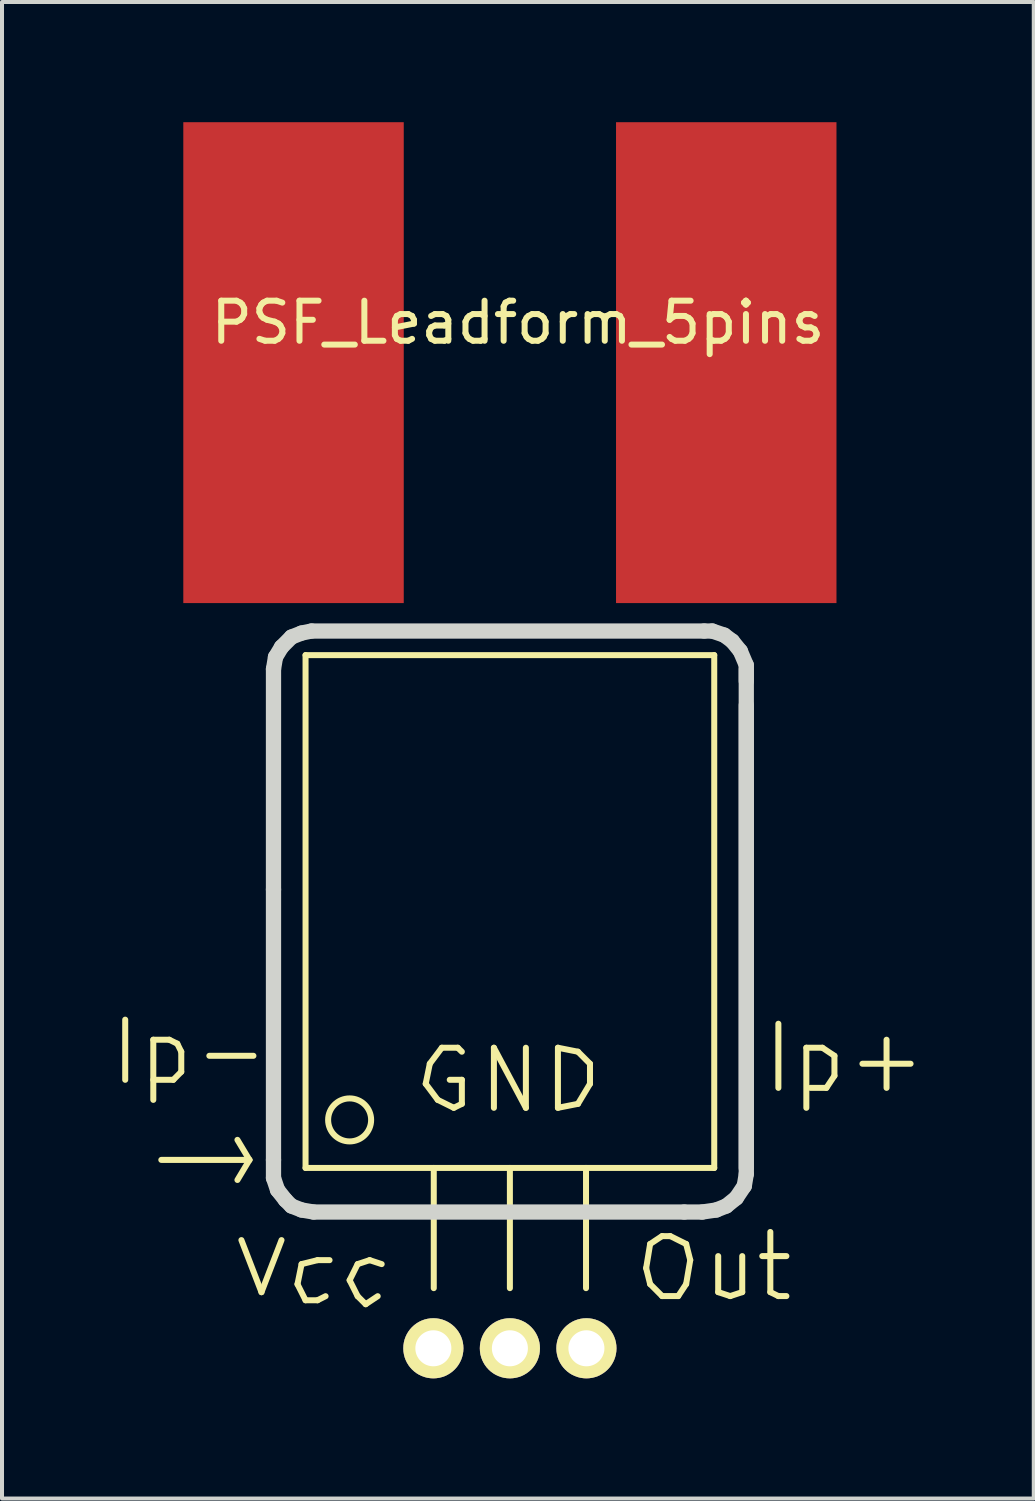
<source format=kicad_pcb>
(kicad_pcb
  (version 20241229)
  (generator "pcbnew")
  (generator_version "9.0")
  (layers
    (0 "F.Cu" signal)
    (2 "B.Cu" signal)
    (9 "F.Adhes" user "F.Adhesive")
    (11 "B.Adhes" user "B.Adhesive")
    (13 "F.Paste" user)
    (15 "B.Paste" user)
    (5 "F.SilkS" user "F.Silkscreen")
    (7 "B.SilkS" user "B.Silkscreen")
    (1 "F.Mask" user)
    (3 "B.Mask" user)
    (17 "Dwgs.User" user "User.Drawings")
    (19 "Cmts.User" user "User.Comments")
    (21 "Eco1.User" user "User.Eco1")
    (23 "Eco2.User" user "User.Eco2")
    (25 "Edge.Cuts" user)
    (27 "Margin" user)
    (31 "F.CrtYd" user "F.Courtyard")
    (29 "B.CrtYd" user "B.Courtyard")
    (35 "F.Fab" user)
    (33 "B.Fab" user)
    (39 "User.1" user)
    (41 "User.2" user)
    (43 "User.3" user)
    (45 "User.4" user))
  (footprint "PSF_Leadform_5pins"
    (layer "F.Cu")
    (at 9.676 19.9)
    (property "Reference" "PSF_Leadform_5pins" (at 0.201 -14.9 0) (layer "F.SilkS") (effects (font (size 1 1) (thickness 0.15))))
    (attr through_hole)
    (fp_line (start -9.601 2.499) (end -9.601 4) (stroke (width 0.15) (type solid)) (layer "F.SilkS"))
    (fp_line (start -8.9 3) (end -8.9 4.501) (stroke (width 0.15) (type solid)) (layer "F.SilkS"))
    (fp_line (start -8.9 3) (end -8.501 3) (stroke (width 0.15) (type solid)) (layer "F.SilkS"))
    (fp_line (start -8.501 3) (end -8.301 3.099) (stroke (width 0.15) (type solid)) (layer "F.SilkS"))
    (fp_line (start -8.4 4) (end -8.9 4) (stroke (width 0.15) (type solid)) (layer "F.SilkS"))
    (fp_line (start -8.301 3.099) (end -8.202 3.299) (stroke (width 0.15) (type solid)) (layer "F.SilkS"))
    (fp_line (start -8.202 3.299) (end -8.202 3.8) (stroke (width 0.15) (type solid)) (layer "F.SilkS"))
    (fp_line (start -8.202 3.8) (end -8.4 4) (stroke (width 0.15) (type solid)) (layer "F.SilkS"))
    (fp_line (start -6.701 8.001) (end -6.2 9.301) (stroke (width 0.15) (type solid)) (layer "F.SilkS"))
    (fp_line (start -6.5 5.999) (end -8.7 5.999) (stroke (width 0.15) (type solid)) (layer "F.SilkS"))
    (fp_line (start -6.5 5.999) (end -6.8 5.499) (stroke (width 0.15) (type solid)) (layer "F.SilkS"))
    (fp_line (start -6.5 5.999) (end -6.8 6.5) (stroke (width 0.15) (type solid)) (layer "F.SilkS"))
    (fp_line (start -6.401 3.401) (end -7.501 3.401) (stroke (width 0.15) (type solid)) (layer "F.SilkS"))
    (fp_line (start -6.2 9.301) (end -5.7 8.001) (stroke (width 0.15) (type solid)) (layer "F.SilkS"))
    (fp_line (start -5.301 9.101) (end -5.1 9.502) (stroke (width 0.15) (type solid)) (layer "F.SilkS"))
    (fp_line (start -5.199 8.6) (end -5.301 9.101) (stroke (width 0.15) (type solid)) (layer "F.SilkS"))
    (fp_line (start -5.1 -6.599) (end 5.1 -6.599) (stroke (width 0.15) (type solid)) (layer "F.SilkS"))
    (fp_line (start -5.1 6.2) (end -5.1 -6.599) (stroke (width 0.15) (type solid)) (layer "F.SilkS"))
    (fp_line (start -5.1 9.502) (end -4.801 9.502) (stroke (width 0.15) (type solid)) (layer "F.SilkS"))
    (fp_line (start -4.801 8.501) (end -5.199 8.6) (stroke (width 0.15) (type solid)) (layer "F.SilkS"))
    (fp_line (start -4.801 9.502) (end -4.6 9.401) (stroke (width 0.15) (type solid)) (layer "F.SilkS"))
    (fp_line (start -4.501 8.501) (end -4.801 8.501) (stroke (width 0.15) (type solid)) (layer "F.SilkS"))
    (fp_line (start -4 9.002) (end -3.8 9.401) (stroke (width 0.15) (type solid)) (layer "F.SilkS"))
    (fp_line (start -3.8 8.6) (end -4 9.002) (stroke (width 0.15) (type solid)) (layer "F.SilkS"))
    (fp_line (start -3.8 9.401) (end -3.599 9.601) (stroke (width 0.15) (type solid)) (layer "F.SilkS"))
    (fp_line (start -3.599 9.601) (end -3.299 9.401) (stroke (width 0.15) (type solid)) (layer "F.SilkS"))
    (fp_line (start -3.5 8.501) (end -3.8 8.6) (stroke (width 0.15) (type solid)) (layer "F.SilkS"))
    (fp_line (start -3.2 8.6) (end -3.5 8.501) (stroke (width 0.15) (type solid)) (layer "F.SilkS"))
    (fp_line (start -2.101 4.1) (end -1.801 4.501) (stroke (width 0.15) (type solid)) (layer "F.SilkS"))
    (fp_line (start -1.999 3.599) (end -2.101 4.1) (stroke (width 0.15) (type solid)) (layer "F.SilkS"))
    (fp_line (start -1.9 6.2) (end -1.9 9.2) (stroke (width 0.15) (type solid)) (layer "F.SilkS"))
    (fp_line (start -1.801 4.501) (end -1.4 4.699) (stroke (width 0.15) (type solid)) (layer "F.SilkS"))
    (fp_line (start -1.699 3.2) (end -1.999 3.599) (stroke (width 0.15) (type solid)) (layer "F.SilkS"))
    (fp_line (start -1.4 4.699) (end -1.199 4.6) (stroke (width 0.15) (type solid)) (layer "F.SilkS"))
    (fp_line (start -1.3 3.2) (end -1.699 3.2) (stroke (width 0.15) (type solid)) (layer "F.SilkS"))
    (fp_line (start -1.199 3.299) (end -1.3 3.2) (stroke (width 0.15) (type solid)) (layer "F.SilkS"))
    (fp_line (start -1.199 4) (end -1.501 4) (stroke (width 0.15) (type solid)) (layer "F.SilkS"))
    (fp_line (start -1.199 4.6) (end -1.199 4) (stroke (width 0.15) (type solid)) (layer "F.SilkS"))
    (fp_line (start -0.399 3.2) (end 0.399 4.699) (stroke (width 0.15) (type solid)) (layer "F.SilkS"))
    (fp_line (start -0.399 4.699) (end -0.399 3.2) (stroke (width 0.15) (type solid)) (layer "F.SilkS"))
    (fp_line (start 0 6.2) (end 0 9.2) (stroke (width 0.15) (type solid)) (layer "F.SilkS"))
    (fp_line (start 0.399 4.699) (end 0.399 3.2) (stroke (width 0.15) (type solid)) (layer "F.SilkS"))
    (fp_line (start 1.199 3.2) (end 1.199 4.699) (stroke (width 0.15) (type solid)) (layer "F.SilkS"))
    (fp_line (start 1.199 4.699) (end 1.699 4.6) (stroke (width 0.15) (type solid)) (layer "F.SilkS"))
    (fp_line (start 1.699 3.299) (end 1.199 3.2) (stroke (width 0.15) (type solid)) (layer "F.SilkS"))
    (fp_line (start 1.699 4.6) (end 1.999 4.1) (stroke (width 0.15) (type solid)) (layer "F.SilkS"))
    (fp_line (start 1.9 6.2) (end 1.9 9.2) (stroke (width 0.15) (type solid)) (layer "F.SilkS"))
    (fp_line (start 1.999 3.599) (end 1.699 3.299) (stroke (width 0.15) (type solid)) (layer "F.SilkS"))
    (fp_line (start 1.999 4.1) (end 1.999 3.599) (stroke (width 0.15) (type solid)) (layer "F.SilkS"))
    (fp_line (start 3.401 8.7) (end 3.5 9.098) (stroke (width 0.15) (type solid)) (layer "F.SilkS"))
    (fp_line (start 3.5 8.098) (end 3.401 8.7) (stroke (width 0.15) (type solid)) (layer "F.SilkS"))
    (fp_line (start 3.5 9.098) (end 3.8 9.398) (stroke (width 0.15) (type solid)) (layer "F.SilkS"))
    (fp_line (start 3.8 7.899) (end 3.5 8.098) (stroke (width 0.15) (type solid)) (layer "F.SilkS"))
    (fp_line (start 3.8 9.398) (end 4.201 9.398) (stroke (width 0.15) (type solid)) (layer "F.SilkS"))
    (fp_line (start 4 7.902) (end 3.8 7.902) (stroke (width 0.15) (type solid)) (layer "F.SilkS"))
    (fp_line (start 4.201 9.398) (end 4.399 9.098) (stroke (width 0.15) (type solid)) (layer "F.SilkS"))
    (fp_line (start 4.399 8.098) (end 4 7.899) (stroke (width 0.15) (type solid)) (layer "F.SilkS"))
    (fp_line (start 4.399 9.098) (end 4.501 8.499) (stroke (width 0.15) (type solid)) (layer "F.SilkS"))
    (fp_line (start 4.501 8.499) (end 4.399 8.098) (stroke (width 0.15) (type solid)) (layer "F.SilkS"))
    (fp_line (start 5.1 -6.599) (end 5.1 6.2) (stroke (width 0.15) (type solid)) (layer "F.SilkS"))
    (fp_line (start 5.1 6.2) (end -5.1 6.2) (stroke (width 0.15) (type solid)) (layer "F.SilkS"))
    (fp_line (start 5.199 8.4) (end 5.199 9.299) (stroke (width 0.15) (type solid)) (layer "F.SilkS"))
    (fp_line (start 5.199 9.299) (end 5.499 9.398) (stroke (width 0.15) (type solid)) (layer "F.SilkS"))
    (fp_line (start 5.499 9.398) (end 5.799 9.299) (stroke (width 0.15) (type solid)) (layer "F.SilkS"))
    (fp_line (start 5.799 9.299) (end 5.799 8.4) (stroke (width 0.15) (type solid)) (layer "F.SilkS"))
    (fp_line (start 6.5 7.798) (end 6.5 9.299) (stroke (width 0.15) (type solid)) (layer "F.SilkS"))
    (fp_line (start 6.5 9.299) (end 6.701 9.398) (stroke (width 0.15) (type solid)) (layer "F.SilkS"))
    (fp_line (start 6.701 2.601) (end 6.701 4.201) (stroke (width 0.15) (type solid)) (layer "F.SilkS"))
    (fp_line (start 6.701 9.398) (end 6.901 9.398) (stroke (width 0.15) (type solid)) (layer "F.SilkS"))
    (fp_line (start 6.901 8.4) (end 6.299 8.4) (stroke (width 0.15) (type solid)) (layer "F.SilkS"))
    (fp_line (start 7.399 3.2) (end 7.399 4.699) (stroke (width 0.15) (type solid)) (layer "F.SilkS"))
    (fp_line (start 7.399 3.2) (end 7.8 3.2) (stroke (width 0.15) (type solid)) (layer "F.SilkS"))
    (fp_line (start 7.8 3.2) (end 8.1 3.401) (stroke (width 0.15) (type solid)) (layer "F.SilkS"))
    (fp_line (start 7.899 4.201) (end 7.501 4.201) (stroke (width 0.15) (type solid)) (layer "F.SilkS"))
    (fp_line (start 8.1 3.401) (end 8.1 3.899) (stroke (width 0.15) (type solid)) (layer "F.SilkS"))
    (fp_line (start 8.1 3.899) (end 7.899 4.201) (stroke (width 0.15) (type solid)) (layer "F.SilkS"))
    (fp_line (start 9.401 3) (end 9.401 4.201) (stroke (width 0.15) (type solid)) (layer "F.SilkS"))
    (fp_line (start 10 3.599) (end 8.799 3.599) (stroke (width 0.15) (type solid)) (layer "F.SilkS"))
    (fp_circle (center -4 5.001) (end -3.8 5.499) (stroke (width 0.15) (type solid)) (fill no) (layer "F.SilkS"))
    (fp_line (start -5.9 -6.251) (end -5.85 -6.551) (stroke (width 0.381) (type solid)) (layer "Edge.Cuts"))
    (fp_line (start -5.9 -0.749) (end -5.9 -6.251) (stroke (width 0.381) (type solid)) (layer "Edge.Cuts"))
    (fp_line (start -5.9 5.999) (end -5.9 -0.749) (stroke (width 0.381) (type solid)) (layer "Edge.Cuts"))
    (fp_line (start -5.9 6.449) (end -5.9 5.999) (stroke (width 0.381) (type solid)) (layer "Edge.Cuts"))
    (fp_line (start -5.85 -6.551) (end -5.7 -6.8) (stroke (width 0.381) (type solid)) (layer "Edge.Cuts"))
    (fp_line (start -5.799 6.749) (end -5.9 6.449) (stroke (width 0.381) (type solid)) (layer "Edge.Cuts"))
    (fp_line (start -5.7 -6.8) (end -5.451 -7.051) (stroke (width 0.381) (type solid)) (layer "Edge.Cuts"))
    (fp_line (start -5.601 7) (end -5.799 6.749) (stroke (width 0.381) (type solid)) (layer "Edge.Cuts"))
    (fp_line (start -5.451 -7.051) (end -5.199 -7.15) (stroke (width 0.381) (type solid)) (layer "Edge.Cuts"))
    (fp_line (start -5.451 7.15) (end -5.601 7) (stroke (width 0.381) (type solid)) (layer "Edge.Cuts"))
    (fp_line (start -5.199 -7.15) (end -4.95 -7.201) (stroke (width 0.381) (type solid)) (layer "Edge.Cuts"))
    (fp_line (start -5.199 7.249) (end -5.451 7.15) (stroke (width 0.381) (type solid)) (layer "Edge.Cuts"))
    (fp_line (start -4.95 -7.201) (end 4.849 -7.201) (stroke (width 0.381) (type solid)) (layer "Edge.Cuts"))
    (fp_line (start -4.9 7.3) (end -5.199 7.249) (stroke (width 0.381) (type solid)) (layer "Edge.Cuts"))
    (fp_line (start 4.351 7.3) (end -4.9 7.3) (stroke (width 0.381) (type solid)) (layer "Edge.Cuts"))
    (fp_line (start 4.801 7.3) (end 4.351 7.3) (stroke (width 0.381) (type solid)) (layer "Edge.Cuts"))
    (fp_line (start 4.849 -7.201) (end 5.05 -7.201) (stroke (width 0.381) (type solid)) (layer "Edge.Cuts"))
    (fp_line (start 5.05 -7.201) (end 5.349 -7.099) (stroke (width 0.381) (type solid)) (layer "Edge.Cuts"))
    (fp_line (start 5.151 7.249) (end 4.801 7.3) (stroke (width 0.381) (type solid)) (layer "Edge.Cuts"))
    (fp_line (start 5.349 -7.099) (end 5.55 -6.949) (stroke (width 0.381) (type solid)) (layer "Edge.Cuts"))
    (fp_line (start 5.4 7.15) (end 5.151 7.249) (stroke (width 0.381) (type solid)) (layer "Edge.Cuts"))
    (fp_line (start 5.55 -6.949) (end 5.751 -6.701) (stroke (width 0.381) (type solid)) (layer "Edge.Cuts"))
    (fp_line (start 5.649 6.949) (end 5.4 7.15) (stroke (width 0.381) (type solid)) (layer "Edge.Cuts"))
    (fp_line (start 5.751 -6.701) (end 5.9 -6.35) (stroke (width 0.381) (type solid)) (layer "Edge.Cuts"))
    (fp_line (start 5.85 6.65) (end 5.649 6.949) (stroke (width 0.381) (type solid)) (layer "Edge.Cuts"))
    (fp_line (start 5.9 -6.35) (end 5.9 -5.951) (stroke (width 0.381) (type solid)) (layer "Edge.Cuts"))
    (fp_line (start 5.9 -6.251) (end 5.9 6.35) (stroke (width 0.381) (type solid)) (layer "Edge.Cuts"))
    (fp_line (start 5.9 -5.349) (end 5.9 6.2) (stroke (width 0.381) (type solid)) (layer "Edge.Cuts"))
    (fp_line (start 5.9 6.35) (end 5.85 6.65) (stroke (width 0.381) (type solid)) (layer "Edge.Cuts"))
    (pad "1" thru_hole circle (at -1.91 10.701) (size 1.501 1.501) (drill 0.899) (layers "*.Cu" "*.Mask" "F.SilkS"))
    (pad "2" thru_hole circle (at 0 10.701) (size 1.501 1.501) (drill 0.899) (layers "*.Cu" "*.Mask" "F.SilkS"))
    (pad "3" thru_hole circle (at 1.91 10.701) (size 1.501 1.501) (drill 0.899) (layers "*.Cu" "*.Mask" "F.SilkS"))
    (pad "4" smd rect (at 5.4 -13.899) (size 5.502 12.002) (layers "F.Cu" "F.Mask" "F.Paste"))
    (pad "5" smd rect (at -5.4 -13.899) (size 5.502 12.002) (layers "F.Cu" "F.Mask" "F.Paste")))
  (gr_rect
    (start -3 -3)
    (end 22.751 34.351)
    (stroke (width 0.1) (type default))
    (fill no)
    (layer "Edge.Cuts")))
</source>
